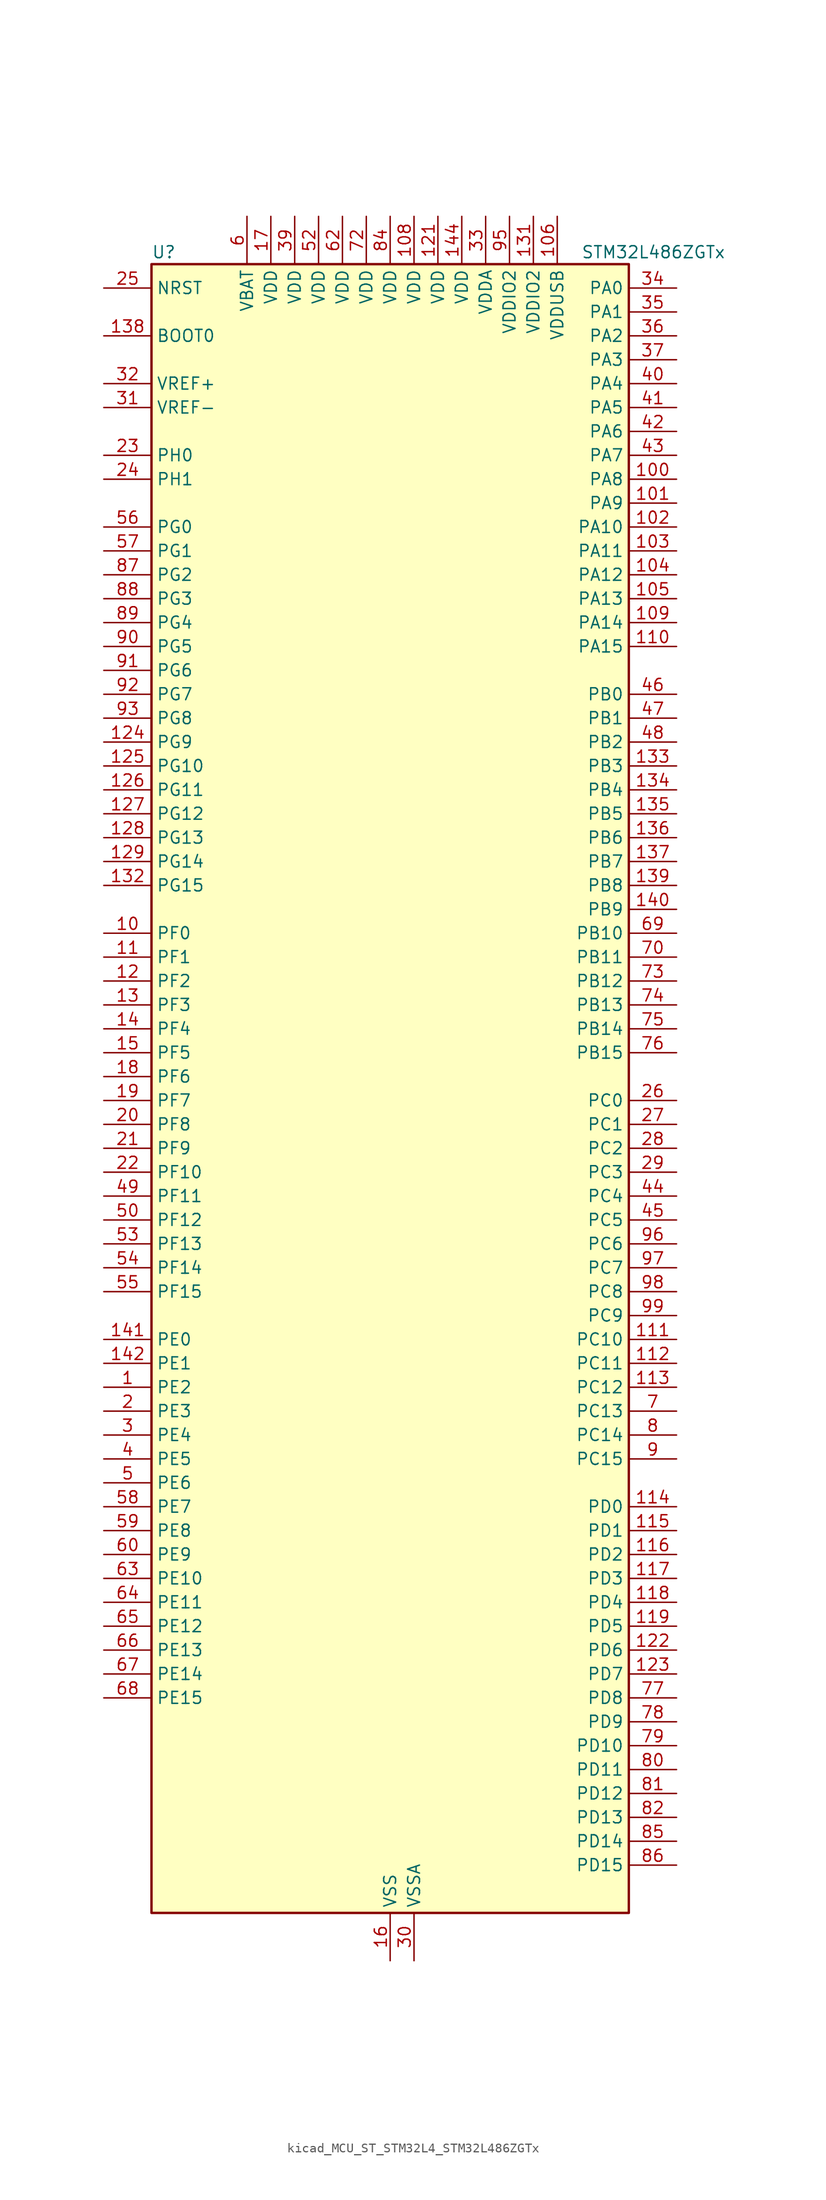
<source format=kicad_sym>
(kicad_symbol_lib
  (version 20220914)
  (generator kicad_symbol_editor)
  (symbol "kicad_MCU_ST_STM32L4_STM32L486ZGTx"
    (property "Reference" "U"
      (at -25.4 90.17 0)
      (effects (font (size 1.27 1.27)) (justify left)))
    (property "Value" "STM32L486ZGTx"
      (at 20.32 90.17 0)
      (effects (font (size 1.27 1.27)) (justify left)))
    (property "ki_locked" ""
      (at 0 0 0)
      (effects (font (size 1.27 1.27))))
    (symbol "kicad_MCU_ST_STM32L4_STM32L486ZGTx_0_1"
      (rectangle (start -25.4 -86.36) (end 25.4 88.9) (stroke (width 0.254) (type default)) (fill (type background))))
    (symbol "kicad_MCU_ST_STM32L4_STM32L486ZGTx_1_1"
      (pin bidirectional line (at -30.48 -30.48 0) (length 5.08) (name "PE2" (effects (font (size 1.27 1.27)))) (number "1" (effects (font (size 1.27 1.27)))) (alternate "FMC_A23" bidirectional line) (alternate "LCD_SEG38" bidirectional line) (alternate "SAI1_MCLK_A" bidirectional line) (alternate "SYS_TRACECLK" bidirectional line) (alternate "TIM3_ETR" bidirectional line) (alternate "TSC_G7_IO1" bidirectional line))
      (pin bidirectional line (at -30.48 17.78 0) (length 5.08) (name "PF0" (effects (font (size 1.27 1.27)))) (number "10" (effects (font (size 1.27 1.27)))) (alternate "FMC_A0" bidirectional line) (alternate "I2C2_SDA" bidirectional line))
      (pin bidirectional line (at 30.48 66.04 180) (length 5.08) (name "PA8" (effects (font (size 1.27 1.27)))) (number "100" (effects (font (size 1.27 1.27)))) (alternate "LCD_COM0" bidirectional line) (alternate "LPTIM2_OUT" bidirectional line) (alternate "RCC_MCO" bidirectional line) (alternate "TIM1_CH1" bidirectional line) (alternate "USART1_CK" bidirectional line) (alternate "USB_OTG_FS_SOF" bidirectional line))
      (pin bidirectional line (at 30.48 63.5 180) (length 5.08) (name "PA9" (effects (font (size 1.27 1.27)))) (number "101" (effects (font (size 1.27 1.27)))) (alternate "DAC1_EXTI9" bidirectional line) (alternate "LCD_COM1" bidirectional line) (alternate "TIM15_BKIN" bidirectional line) (alternate "TIM1_CH2" bidirectional line) (alternate "USART1_TX" bidirectional line) (alternate "USB_OTG_FS_VBUS" bidirectional line))
      (pin bidirectional line (at 30.48 60.96 180) (length 5.08) (name "PA10" (effects (font (size 1.27 1.27)))) (number "102" (effects (font (size 1.27 1.27)))) (alternate "LCD_COM2" bidirectional line) (alternate "TIM17_BKIN" bidirectional line) (alternate "TIM1_CH3" bidirectional line) (alternate "USART1_RX" bidirectional line) (alternate "USB_OTG_FS_ID" bidirectional line))
      (pin bidirectional line (at 30.48 58.42 180) (length 5.08) (name "PA11" (effects (font (size 1.27 1.27)))) (number "103" (effects (font (size 1.27 1.27)))) (alternate "ADC1_EXTI11" bidirectional line) (alternate "ADC2_EXTI11" bidirectional line) (alternate "ADC3_EXTI11" bidirectional line) (alternate "CAN1_RX" bidirectional line) (alternate "TIM1_BKIN2" bidirectional line) (alternate "TIM1_BKIN2_COMP1" bidirectional line) (alternate "TIM1_CH4" bidirectional line) (alternate "USART1_CTS" bidirectional line) (alternate "USB_OTG_FS_DM" bidirectional line))
      (pin bidirectional line (at 30.48 55.88 180) (length 5.08) (name "PA12" (effects (font (size 1.27 1.27)))) (number "104" (effects (font (size 1.27 1.27)))) (alternate "CAN1_TX" bidirectional line) (alternate "TIM1_ETR" bidirectional line) (alternate "USART1_DE" bidirectional line) (alternate "USART1_RTS" bidirectional line) (alternate "USB_OTG_FS_DP" bidirectional line))
      (pin bidirectional line (at 30.48 53.34 180) (length 5.08) (name "PA13" (effects (font (size 1.27 1.27)))) (number "105" (effects (font (size 1.27 1.27)))) (alternate "IR_OUT" bidirectional line) (alternate "SYS_JTMS-SWDIO" bidirectional line) (alternate "USB_OTG_FS_NOE" bidirectional line))
      (pin power_in line (at 17.78 93.98 270) (length 5.08) (name "VDDUSB" (effects (font (size 1.27 1.27)))) (number "106" (effects (font (size 1.27 1.27)))))
      (pin passive line (at 0 -91.44 90) (length 5.08) hide (name "VSS" (effects (font (size 1.27 1.27)))) (number "107" (effects (font (size 1.27 1.27)))))
      (pin power_in line (at 2.54 93.98 270) (length 5.08) (name "VDD" (effects (font (size 1.27 1.27)))) (number "108" (effects (font (size 1.27 1.27)))))
      (pin bidirectional line (at 30.48 50.8 180) (length 5.08) (name "PA14" (effects (font (size 1.27 1.27)))) (number "109" (effects (font (size 1.27 1.27)))) (alternate "SYS_JTCK-SWCLK" bidirectional line))
      (pin bidirectional line (at -30.48 15.24 0) (length 5.08) (name "PF1" (effects (font (size 1.27 1.27)))) (number "11" (effects (font (size 1.27 1.27)))) (alternate "FMC_A1" bidirectional line) (alternate "I2C2_SCL" bidirectional line))
      (pin bidirectional line (at 30.48 48.26 180) (length 5.08) (name "PA15" (effects (font (size 1.27 1.27)))) (number "110" (effects (font (size 1.27 1.27)))) (alternate "ADC1_EXTI15" bidirectional line) (alternate "ADC2_EXTI15" bidirectional line) (alternate "ADC3_EXTI15" bidirectional line) (alternate "LCD_SEG17" bidirectional line) (alternate "SAI2_FS_B" bidirectional line) (alternate "SPI1_NSS" bidirectional line) (alternate "SPI3_NSS" bidirectional line) (alternate "SYS_JTDI" bidirectional line) (alternate "TIM2_CH1" bidirectional line) (alternate "TIM2_ETR" bidirectional line) (alternate "TSC_G3_IO1" bidirectional line) (alternate "UART4_DE" bidirectional line) (alternate "UART4_RTS" bidirectional line))
      (pin bidirectional line (at 30.48 -25.4 180) (length 5.08) (name "PC10" (effects (font (size 1.27 1.27)))) (number "111" (effects (font (size 1.27 1.27)))) (alternate "LCD_COM4" bidirectional line) (alternate "LCD_SEG28" bidirectional line) (alternate "LCD_SEG40" bidirectional line) (alternate "SAI2_SCK_B" bidirectional line) (alternate "SDMMC1_D2" bidirectional line) (alternate "SPI3_SCK" bidirectional line) (alternate "TSC_G3_IO2" bidirectional line) (alternate "UART4_TX" bidirectional line) (alternate "USART3_TX" bidirectional line))
      (pin bidirectional line (at 30.48 -27.94 180) (length 5.08) (name "PC11" (effects (font (size 1.27 1.27)))) (number "112" (effects (font (size 1.27 1.27)))) (alternate "ADC1_EXTI11" bidirectional line) (alternate "ADC2_EXTI11" bidirectional line) (alternate "ADC3_EXTI11" bidirectional line) (alternate "LCD_COM5" bidirectional line) (alternate "LCD_SEG29" bidirectional line) (alternate "LCD_SEG41" bidirectional line) (alternate "SAI2_MCLK_B" bidirectional line) (alternate "SDMMC1_D3" bidirectional line) (alternate "SPI3_MISO" bidirectional line) (alternate "TSC_G3_IO3" bidirectional line) (alternate "UART4_RX" bidirectional line) (alternate "USART3_RX" bidirectional line))
      (pin bidirectional line (at 30.48 -30.48 180) (length 5.08) (name "PC12" (effects (font (size 1.27 1.27)))) (number "113" (effects (font (size 1.27 1.27)))) (alternate "LCD_COM6" bidirectional line) (alternate "LCD_SEG30" bidirectional line) (alternate "LCD_SEG42" bidirectional line) (alternate "SAI2_SD_B" bidirectional line) (alternate "SDMMC1_CK" bidirectional line) (alternate "SPI3_MOSI" bidirectional line) (alternate "TSC_G3_IO4" bidirectional line) (alternate "UART5_TX" bidirectional line) (alternate "USART3_CK" bidirectional line))
      (pin bidirectional line (at 30.48 -43.18 180) (length 5.08) (name "PD0" (effects (font (size 1.27 1.27)))) (number "114" (effects (font (size 1.27 1.27)))) (alternate "CAN1_RX" bidirectional line) (alternate "DFSDM1_DATIN7" bidirectional line) (alternate "FMC_D2" bidirectional line) (alternate "FMC_DA2" bidirectional line) (alternate "SPI2_NSS" bidirectional line))
      (pin bidirectional line (at 30.48 -45.72 180) (length 5.08) (name "PD1" (effects (font (size 1.27 1.27)))) (number "115" (effects (font (size 1.27 1.27)))) (alternate "CAN1_TX" bidirectional line) (alternate "DFSDM1_CKIN7" bidirectional line) (alternate "FMC_D3" bidirectional line) (alternate "FMC_DA3" bidirectional line) (alternate "SPI2_SCK" bidirectional line))
      (pin bidirectional line (at 30.48 -48.26 180) (length 5.08) (name "PD2" (effects (font (size 1.27 1.27)))) (number "116" (effects (font (size 1.27 1.27)))) (alternate "LCD_COM7" bidirectional line) (alternate "LCD_SEG31" bidirectional line) (alternate "LCD_SEG43" bidirectional line) (alternate "SDMMC1_CMD" bidirectional line) (alternate "TIM3_ETR" bidirectional line) (alternate "TSC_SYNC" bidirectional line) (alternate "UART5_RX" bidirectional line) (alternate "USART3_DE" bidirectional line) (alternate "USART3_RTS" bidirectional line))
      (pin bidirectional line (at 30.48 -50.8 180) (length 5.08) (name "PD3" (effects (font (size 1.27 1.27)))) (number "117" (effects (font (size 1.27 1.27)))) (alternate "DFSDM1_DATIN0" bidirectional line) (alternate "FMC_CLK" bidirectional line) (alternate "SPI2_MISO" bidirectional line) (alternate "USART2_CTS" bidirectional line))
      (pin bidirectional line (at 30.48 -53.34 180) (length 5.08) (name "PD4" (effects (font (size 1.27 1.27)))) (number "118" (effects (font (size 1.27 1.27)))) (alternate "DFSDM1_CKIN0" bidirectional line) (alternate "FMC_NOE" bidirectional line) (alternate "SPI2_MOSI" bidirectional line) (alternate "USART2_DE" bidirectional line) (alternate "USART2_RTS" bidirectional line))
      (pin bidirectional line (at 30.48 -55.88 180) (length 5.08) (name "PD5" (effects (font (size 1.27 1.27)))) (number "119" (effects (font (size 1.27 1.27)))) (alternate "FMC_NWE" bidirectional line) (alternate "USART2_TX" bidirectional line))
      (pin bidirectional line (at -30.48 12.7 0) (length 5.08) (name "PF2" (effects (font (size 1.27 1.27)))) (number "12" (effects (font (size 1.27 1.27)))) (alternate "FMC_A2" bidirectional line) (alternate "I2C2_SMBA" bidirectional line))
      (pin passive line (at 0 -91.44 90) (length 5.08) hide (name "VSS" (effects (font (size 1.27 1.27)))) (number "120" (effects (font (size 1.27 1.27)))))
      (pin power_in line (at 5.08 93.98 270) (length 5.08) (name "VDD" (effects (font (size 1.27 1.27)))) (number "121" (effects (font (size 1.27 1.27)))))
      (pin bidirectional line (at 30.48 -58.42 180) (length 5.08) (name "PD6" (effects (font (size 1.27 1.27)))) (number "122" (effects (font (size 1.27 1.27)))) (alternate "DFSDM1_DATIN1" bidirectional line) (alternate "FMC_NWAIT" bidirectional line) (alternate "SAI1_SD_A" bidirectional line) (alternate "USART2_RX" bidirectional line))
      (pin bidirectional line (at 30.48 -60.96 180) (length 5.08) (name "PD7" (effects (font (size 1.27 1.27)))) (number "123" (effects (font (size 1.27 1.27)))) (alternate "DFSDM1_CKIN1" bidirectional line) (alternate "FMC_NE1" bidirectional line) (alternate "USART2_CK" bidirectional line))
      (pin bidirectional line (at -30.48 38.1 0) (length 5.08) (name "PG9" (effects (font (size 1.27 1.27)))) (number "124" (effects (font (size 1.27 1.27)))) (alternate "DAC1_EXTI9" bidirectional line) (alternate "FMC_NCE3" bidirectional line) (alternate "FMC_NE2" bidirectional line) (alternate "SAI2_SCK_A" bidirectional line) (alternate "SPI3_SCK" bidirectional line) (alternate "TIM15_CH1N" bidirectional line) (alternate "USART1_TX" bidirectional line))
      (pin bidirectional line (at -30.48 35.56 0) (length 5.08) (name "PG10" (effects (font (size 1.27 1.27)))) (number "125" (effects (font (size 1.27 1.27)))) (alternate "FMC_NE3" bidirectional line) (alternate "LPTIM1_IN1" bidirectional line) (alternate "SAI2_FS_A" bidirectional line) (alternate "SPI3_MISO" bidirectional line) (alternate "TIM15_CH1" bidirectional line) (alternate "USART1_RX" bidirectional line))
      (pin bidirectional line (at -30.48 33.02 0) (length 5.08) (name "PG11" (effects (font (size 1.27 1.27)))) (number "126" (effects (font (size 1.27 1.27)))) (alternate "ADC1_EXTI11" bidirectional line) (alternate "ADC2_EXTI11" bidirectional line) (alternate "ADC3_EXTI11" bidirectional line) (alternate "LPTIM1_IN2" bidirectional line) (alternate "SAI2_MCLK_A" bidirectional line) (alternate "SPI3_MOSI" bidirectional line) (alternate "TIM15_CH2" bidirectional line) (alternate "USART1_CTS" bidirectional line))
      (pin bidirectional line (at -30.48 30.48 0) (length 5.08) (name "PG12" (effects (font (size 1.27 1.27)))) (number "127" (effects (font (size 1.27 1.27)))) (alternate "FMC_NE4" bidirectional line) (alternate "LPTIM1_ETR" bidirectional line) (alternate "SAI2_SD_A" bidirectional line) (alternate "SPI3_NSS" bidirectional line) (alternate "USART1_DE" bidirectional line) (alternate "USART1_RTS" bidirectional line))
      (pin bidirectional line (at -30.48 27.94 0) (length 5.08) (name "PG13" (effects (font (size 1.27 1.27)))) (number "128" (effects (font (size 1.27 1.27)))) (alternate "FMC_A24" bidirectional line) (alternate "I2C1_SDA" bidirectional line) (alternate "USART1_CK" bidirectional line))
      (pin bidirectional line (at -30.48 25.4 0) (length 5.08) (name "PG14" (effects (font (size 1.27 1.27)))) (number "129" (effects (font (size 1.27 1.27)))) (alternate "FMC_A25" bidirectional line) (alternate "I2C1_SCL" bidirectional line))
      (pin bidirectional line (at -30.48 10.16 0) (length 5.08) (name "PF3" (effects (font (size 1.27 1.27)))) (number "13" (effects (font (size 1.27 1.27)))) (alternate "ADC3_IN6" bidirectional line) (alternate "FMC_A3" bidirectional line))
      (pin passive line (at 0 -91.44 90) (length 5.08) hide (name "VSS" (effects (font (size 1.27 1.27)))) (number "130" (effects (font (size 1.27 1.27)))))
      (pin power_in line (at 15.24 93.98 270) (length 5.08) (name "VDDIO2" (effects (font (size 1.27 1.27)))) (number "131" (effects (font (size 1.27 1.27)))))
      (pin bidirectional line (at -30.48 22.86 0) (length 5.08) (name "PG15" (effects (font (size 1.27 1.27)))) (number "132" (effects (font (size 1.27 1.27)))) (alternate "ADC1_EXTI15" bidirectional line) (alternate "ADC2_EXTI15" bidirectional line) (alternate "ADC3_EXTI15" bidirectional line) (alternate "I2C1_SMBA" bidirectional line) (alternate "LPTIM1_OUT" bidirectional line))
      (pin bidirectional line (at 30.48 35.56 180) (length 5.08) (name "PB3" (effects (font (size 1.27 1.27)))) (number "133" (effects (font (size 1.27 1.27)))) (alternate "COMP2_INM" bidirectional line) (alternate "LCD_SEG7" bidirectional line) (alternate "SAI1_SCK_B" bidirectional line) (alternate "SPI1_SCK" bidirectional line) (alternate "SPI3_SCK" bidirectional line) (alternate "SYS_JTDO-SWO" bidirectional line) (alternate "TIM2_CH2" bidirectional line) (alternate "USART1_DE" bidirectional line) (alternate "USART1_RTS" bidirectional line))
      (pin bidirectional line (at 30.48 33.02 180) (length 5.08) (name "PB4" (effects (font (size 1.27 1.27)))) (number "134" (effects (font (size 1.27 1.27)))) (alternate "COMP2_INP" bidirectional line) (alternate "LCD_SEG8" bidirectional line) (alternate "SAI1_MCLK_B" bidirectional line) (alternate "SPI1_MISO" bidirectional line) (alternate "SPI3_MISO" bidirectional line) (alternate "SYS_JTRST" bidirectional line) (alternate "TIM17_BKIN" bidirectional line) (alternate "TIM3_CH1" bidirectional line) (alternate "TSC_G2_IO1" bidirectional line) (alternate "UART5_DE" bidirectional line) (alternate "UART5_RTS" bidirectional line) (alternate "USART1_CTS" bidirectional line))
      (pin bidirectional line (at 30.48 30.48 180) (length 5.08) (name "PB5" (effects (font (size 1.27 1.27)))) (number "135" (effects (font (size 1.27 1.27)))) (alternate "COMP2_OUT" bidirectional line) (alternate "I2C1_SMBA" bidirectional line) (alternate "LCD_SEG9" bidirectional line) (alternate "LPTIM1_IN1" bidirectional line) (alternate "SAI1_SD_B" bidirectional line) (alternate "SPI1_MOSI" bidirectional line) (alternate "SPI3_MOSI" bidirectional line) (alternate "TIM16_BKIN" bidirectional line) (alternate "TIM3_CH2" bidirectional line) (alternate "TSC_G2_IO2" bidirectional line) (alternate "UART5_CTS" bidirectional line) (alternate "USART1_CK" bidirectional line))
      (pin bidirectional line (at 30.48 27.94 180) (length 5.08) (name "PB6" (effects (font (size 1.27 1.27)))) (number "136" (effects (font (size 1.27 1.27)))) (alternate "COMP2_INP" bidirectional line) (alternate "DFSDM1_DATIN5" bidirectional line) (alternate "I2C1_SCL" bidirectional line) (alternate "LPTIM1_ETR" bidirectional line) (alternate "SAI1_FS_B" bidirectional line) (alternate "TIM16_CH1N" bidirectional line) (alternate "TIM4_CH1" bidirectional line) (alternate "TIM8_BKIN2" bidirectional line) (alternate "TIM8_BKIN2_COMP2" bidirectional line) (alternate "TSC_G2_IO3" bidirectional line) (alternate "USART1_TX" bidirectional line))
      (pin bidirectional line (at 30.48 25.4 180) (length 5.08) (name "PB7" (effects (font (size 1.27 1.27)))) (number "137" (effects (font (size 1.27 1.27)))) (alternate "COMP2_INM" bidirectional line) (alternate "DFSDM1_CKIN5" bidirectional line) (alternate "FMC_NL" bidirectional line) (alternate "I2C1_SDA" bidirectional line) (alternate "LCD_SEG21" bidirectional line) (alternate "LPTIM1_IN2" bidirectional line) (alternate "SYS_PVD_IN" bidirectional line) (alternate "TIM17_CH1N" bidirectional line) (alternate "TIM4_CH2" bidirectional line) (alternate "TIM8_BKIN" bidirectional line) (alternate "TIM8_BKIN_COMP1" bidirectional line) (alternate "TSC_G2_IO4" bidirectional line) (alternate "UART4_CTS" bidirectional line) (alternate "USART1_RX" bidirectional line))
      (pin input line (at -30.48 81.28 0) (length 5.08) (name "BOOT0" (effects (font (size 1.27 1.27)))) (number "138" (effects (font (size 1.27 1.27)))))
      (pin bidirectional line (at 30.48 22.86 180) (length 5.08) (name "PB8" (effects (font (size 1.27 1.27)))) (number "139" (effects (font (size 1.27 1.27)))) (alternate "CAN1_RX" bidirectional line) (alternate "DFSDM1_DATIN6" bidirectional line) (alternate "I2C1_SCL" bidirectional line) (alternate "LCD_SEG16" bidirectional line) (alternate "SAI1_MCLK_A" bidirectional line) (alternate "SDMMC1_D4" bidirectional line) (alternate "TIM16_CH1" bidirectional line) (alternate "TIM4_CH3" bidirectional line))
      (pin bidirectional line (at -30.48 7.62 0) (length 5.08) (name "PF4" (effects (font (size 1.27 1.27)))) (number "14" (effects (font (size 1.27 1.27)))) (alternate "ADC3_IN7" bidirectional line) (alternate "FMC_A4" bidirectional line))
      (pin bidirectional line (at 30.48 20.32 180) (length 5.08) (name "PB9" (effects (font (size 1.27 1.27)))) (number "140" (effects (font (size 1.27 1.27)))) (alternate "CAN1_TX" bidirectional line) (alternate "DAC1_EXTI9" bidirectional line) (alternate "DFSDM1_CKIN6" bidirectional line) (alternate "I2C1_SDA" bidirectional line) (alternate "IR_OUT" bidirectional line) (alternate "LCD_COM3" bidirectional line) (alternate "SAI1_FS_A" bidirectional line) (alternate "SDMMC1_D5" bidirectional line) (alternate "SPI2_NSS" bidirectional line) (alternate "TIM17_CH1" bidirectional line) (alternate "TIM4_CH4" bidirectional line))
      (pin bidirectional line (at -30.48 -25.4 0) (length 5.08) (name "PE0" (effects (font (size 1.27 1.27)))) (number "141" (effects (font (size 1.27 1.27)))) (alternate "FMC_NBL0" bidirectional line) (alternate "LCD_SEG36" bidirectional line) (alternate "TIM16_CH1" bidirectional line) (alternate "TIM4_ETR" bidirectional line))
      (pin bidirectional line (at -30.48 -27.94 0) (length 5.08) (name "PE1" (effects (font (size 1.27 1.27)))) (number "142" (effects (font (size 1.27 1.27)))) (alternate "FMC_NBL1" bidirectional line) (alternate "LCD_SEG37" bidirectional line) (alternate "TIM17_CH1" bidirectional line))
      (pin passive line (at 0 -91.44 90) (length 5.08) hide (name "VSS" (effects (font (size 1.27 1.27)))) (number "143" (effects (font (size 1.27 1.27)))))
      (pin power_in line (at 7.62 93.98 270) (length 5.08) (name "VDD" (effects (font (size 1.27 1.27)))) (number "144" (effects (font (size 1.27 1.27)))))
      (pin bidirectional line (at -30.48 5.08 0) (length 5.08) (name "PF5" (effects (font (size 1.27 1.27)))) (number "15" (effects (font (size 1.27 1.27)))) (alternate "ADC3_IN8" bidirectional line) (alternate "FMC_A5" bidirectional line))
      (pin power_in line (at 0 -91.44 90) (length 5.08) (name "VSS" (effects (font (size 1.27 1.27)))) (number "16" (effects (font (size 1.27 1.27)))))
      (pin power_in line (at -12.7 93.98 270) (length 5.08) (name "VDD" (effects (font (size 1.27 1.27)))) (number "17" (effects (font (size 1.27 1.27)))))
      (pin bidirectional line (at -30.48 2.54 0) (length 5.08) (name "PF6" (effects (font (size 1.27 1.27)))) (number "18" (effects (font (size 1.27 1.27)))) (alternate "ADC3_IN9" bidirectional line) (alternate "SAI1_SD_B" bidirectional line) (alternate "TIM5_CH1" bidirectional line) (alternate "TIM5_ETR" bidirectional line))
      (pin bidirectional line (at -30.48 0 0) (length 5.08) (name "PF7" (effects (font (size 1.27 1.27)))) (number "19" (effects (font (size 1.27 1.27)))) (alternate "ADC3_IN10" bidirectional line) (alternate "SAI1_MCLK_B" bidirectional line) (alternate "TIM5_CH2" bidirectional line))
      (pin bidirectional line (at -30.48 -33.02 0) (length 5.08) (name "PE3" (effects (font (size 1.27 1.27)))) (number "2" (effects (font (size 1.27 1.27)))) (alternate "FMC_A19" bidirectional line) (alternate "LCD_SEG39" bidirectional line) (alternate "SAI1_SD_B" bidirectional line) (alternate "SYS_TRACED0" bidirectional line) (alternate "TIM3_CH1" bidirectional line) (alternate "TSC_G7_IO2" bidirectional line))
      (pin bidirectional line (at -30.48 -2.54 0) (length 5.08) (name "PF8" (effects (font (size 1.27 1.27)))) (number "20" (effects (font (size 1.27 1.27)))) (alternate "ADC3_IN11" bidirectional line) (alternate "SAI1_SCK_B" bidirectional line) (alternate "TIM5_CH3" bidirectional line))
      (pin bidirectional line (at -30.48 -5.08 0) (length 5.08) (name "PF9" (effects (font (size 1.27 1.27)))) (number "21" (effects (font (size 1.27 1.27)))) (alternate "ADC3_IN12" bidirectional line) (alternate "DAC1_EXTI9" bidirectional line) (alternate "SAI1_FS_B" bidirectional line) (alternate "TIM15_CH1" bidirectional line) (alternate "TIM5_CH4" bidirectional line))
      (pin bidirectional line (at -30.48 -7.62 0) (length 5.08) (name "PF10" (effects (font (size 1.27 1.27)))) (number "22" (effects (font (size 1.27 1.27)))) (alternate "ADC3_IN13" bidirectional line) (alternate "TIM15_CH2" bidirectional line))
      (pin bidirectional line (at -30.48 68.58 0) (length 5.08) (name "PH0" (effects (font (size 1.27 1.27)))) (number "23" (effects (font (size 1.27 1.27)))) (alternate "RCC_OSC_IN" bidirectional line))
      (pin bidirectional line (at -30.48 66.04 0) (length 5.08) (name "PH1" (effects (font (size 1.27 1.27)))) (number "24" (effects (font (size 1.27 1.27)))) (alternate "RCC_OSC_OUT" bidirectional line))
      (pin input line (at -30.48 86.36 0) (length 5.08) (name "NRST" (effects (font (size 1.27 1.27)))) (number "25" (effects (font (size 1.27 1.27)))))
      (pin bidirectional line (at 30.48 0 180) (length 5.08) (name "PC0" (effects (font (size 1.27 1.27)))) (number "26" (effects (font (size 1.27 1.27)))) (alternate "ADC1_IN1" bidirectional line) (alternate "ADC2_IN1" bidirectional line) (alternate "ADC3_IN1" bidirectional line) (alternate "DFSDM1_DATIN4" bidirectional line) (alternate "I2C3_SCL" bidirectional line) (alternate "LCD_SEG18" bidirectional line) (alternate "LPTIM1_IN1" bidirectional line) (alternate "LPTIM2_IN1" bidirectional line) (alternate "LPUART1_RX" bidirectional line))
      (pin bidirectional line (at 30.48 -2.54 180) (length 5.08) (name "PC1" (effects (font (size 1.27 1.27)))) (number "27" (effects (font (size 1.27 1.27)))) (alternate "ADC1_IN2" bidirectional line) (alternate "ADC2_IN2" bidirectional line) (alternate "ADC3_IN2" bidirectional line) (alternate "DFSDM1_CKIN4" bidirectional line) (alternate "I2C3_SDA" bidirectional line) (alternate "LCD_SEG19" bidirectional line) (alternate "LPTIM1_OUT" bidirectional line) (alternate "LPUART1_TX" bidirectional line))
      (pin bidirectional line (at 30.48 -5.08 180) (length 5.08) (name "PC2" (effects (font (size 1.27 1.27)))) (number "28" (effects (font (size 1.27 1.27)))) (alternate "ADC1_IN3" bidirectional line) (alternate "ADC2_IN3" bidirectional line) (alternate "ADC3_IN3" bidirectional line) (alternate "DFSDM1_CKOUT" bidirectional line) (alternate "LCD_SEG20" bidirectional line) (alternate "LPTIM1_IN2" bidirectional line) (alternate "SPI2_MISO" bidirectional line))
      (pin bidirectional line (at 30.48 -7.62 180) (length 5.08) (name "PC3" (effects (font (size 1.27 1.27)))) (number "29" (effects (font (size 1.27 1.27)))) (alternate "ADC1_IN4" bidirectional line) (alternate "ADC2_IN4" bidirectional line) (alternate "ADC3_IN4" bidirectional line) (alternate "LCD_VLCD" bidirectional line) (alternate "LPTIM1_ETR" bidirectional line) (alternate "LPTIM2_ETR" bidirectional line) (alternate "SAI1_SD_A" bidirectional line) (alternate "SPI2_MOSI" bidirectional line))
      (pin bidirectional line (at -30.48 -35.56 0) (length 5.08) (name "PE4" (effects (font (size 1.27 1.27)))) (number "3" (effects (font (size 1.27 1.27)))) (alternate "DFSDM1_DATIN3" bidirectional line) (alternate "FMC_A20" bidirectional line) (alternate "SAI1_FS_A" bidirectional line) (alternate "SYS_TRACED1" bidirectional line) (alternate "TIM3_CH2" bidirectional line) (alternate "TSC_G7_IO3" bidirectional line))
      (pin power_in line (at 2.54 -91.44 90) (length 5.08) (name "VSSA" (effects (font (size 1.27 1.27)))) (number "30" (effects (font (size 1.27 1.27)))))
      (pin input line (at -30.48 73.66 0) (length 5.08) (name "VREF-" (effects (font (size 1.27 1.27)))) (number "31" (effects (font (size 1.27 1.27)))))
      (pin input line (at -30.48 76.2 0) (length 5.08) (name "VREF+" (effects (font (size 1.27 1.27)))) (number "32" (effects (font (size 1.27 1.27)))) (alternate "VREFBUF_OUT" bidirectional line))
      (pin power_in line (at 10.16 93.98 270) (length 5.08) (name "VDDA" (effects (font (size 1.27 1.27)))) (number "33" (effects (font (size 1.27 1.27)))))
      (pin bidirectional line (at 30.48 86.36 180) (length 5.08) (name "PA0" (effects (font (size 1.27 1.27)))) (number "34" (effects (font (size 1.27 1.27)))) (alternate "ADC1_IN5" bidirectional line) (alternate "ADC2_IN5" bidirectional line) (alternate "OPAMP1_VINP" bidirectional line) (alternate "RTC_TAMP2" bidirectional line) (alternate "SAI1_EXTCLK" bidirectional line) (alternate "SYS_WKUP1" bidirectional line) (alternate "TIM2_CH1" bidirectional line) (alternate "TIM2_ETR" bidirectional line) (alternate "TIM5_CH1" bidirectional line) (alternate "TIM8_ETR" bidirectional line) (alternate "UART4_TX" bidirectional line) (alternate "USART2_CTS" bidirectional line))
      (pin bidirectional line (at 30.48 83.82 180) (length 5.08) (name "PA1" (effects (font (size 1.27 1.27)))) (number "35" (effects (font (size 1.27 1.27)))) (alternate "ADC1_IN6" bidirectional line) (alternate "ADC2_IN6" bidirectional line) (alternate "LCD_SEG0" bidirectional line) (alternate "OPAMP1_VINM" bidirectional line) (alternate "TIM15_CH1N" bidirectional line) (alternate "TIM2_CH2" bidirectional line) (alternate "TIM5_CH2" bidirectional line) (alternate "UART4_RX" bidirectional line) (alternate "USART2_DE" bidirectional line) (alternate "USART2_RTS" bidirectional line))
      (pin bidirectional line (at 30.48 81.28 180) (length 5.08) (name "PA2" (effects (font (size 1.27 1.27)))) (number "36" (effects (font (size 1.27 1.27)))) (alternate "ADC1_IN7" bidirectional line) (alternate "ADC2_IN7" bidirectional line) (alternate "LCD_SEG1" bidirectional line) (alternate "RCC_LSCO" bidirectional line) (alternate "SAI2_EXTCLK" bidirectional line) (alternate "SYS_WKUP4" bidirectional line) (alternate "TIM15_CH1" bidirectional line) (alternate "TIM2_CH3" bidirectional line) (alternate "TIM5_CH3" bidirectional line) (alternate "USART2_TX" bidirectional line))
      (pin bidirectional line (at 30.48 78.74 180) (length 5.08) (name "PA3" (effects (font (size 1.27 1.27)))) (number "37" (effects (font (size 1.27 1.27)))) (alternate "ADC1_IN8" bidirectional line) (alternate "ADC2_IN8" bidirectional line) (alternate "LCD_SEG2" bidirectional line) (alternate "OPAMP1_VOUT" bidirectional line) (alternate "TIM15_CH2" bidirectional line) (alternate "TIM2_CH4" bidirectional line) (alternate "TIM5_CH4" bidirectional line) (alternate "USART2_RX" bidirectional line))
      (pin passive line (at 0 -91.44 90) (length 5.08) hide (name "VSS" (effects (font (size 1.27 1.27)))) (number "38" (effects (font (size 1.27 1.27)))))
      (pin power_in line (at -10.16 93.98 270) (length 5.08) (name "VDD" (effects (font (size 1.27 1.27)))) (number "39" (effects (font (size 1.27 1.27)))))
      (pin bidirectional line (at -30.48 -38.1 0) (length 5.08) (name "PE5" (effects (font (size 1.27 1.27)))) (number "4" (effects (font (size 1.27 1.27)))) (alternate "DFSDM1_CKIN3" bidirectional line) (alternate "FMC_A21" bidirectional line) (alternate "SAI1_SCK_A" bidirectional line) (alternate "SYS_TRACED2" bidirectional line) (alternate "TIM3_CH3" bidirectional line) (alternate "TSC_G7_IO4" bidirectional line))
      (pin bidirectional line (at 30.48 76.2 180) (length 5.08) (name "PA4" (effects (font (size 1.27 1.27)))) (number "40" (effects (font (size 1.27 1.27)))) (alternate "ADC1_IN9" bidirectional line) (alternate "ADC2_IN9" bidirectional line) (alternate "DAC1_OUT1" bidirectional line) (alternate "LPTIM2_OUT" bidirectional line) (alternate "SAI1_FS_B" bidirectional line) (alternate "SPI1_NSS" bidirectional line) (alternate "SPI3_NSS" bidirectional line) (alternate "USART2_CK" bidirectional line))
      (pin bidirectional line (at 30.48 73.66 180) (length 5.08) (name "PA5" (effects (font (size 1.27 1.27)))) (number "41" (effects (font (size 1.27 1.27)))) (alternate "ADC1_IN10" bidirectional line) (alternate "ADC2_IN10" bidirectional line) (alternate "DAC1_OUT2" bidirectional line) (alternate "LPTIM2_ETR" bidirectional line) (alternate "SPI1_SCK" bidirectional line) (alternate "TIM2_CH1" bidirectional line) (alternate "TIM2_ETR" bidirectional line) (alternate "TIM8_CH1N" bidirectional line))
      (pin bidirectional line (at 30.48 71.12 180) (length 5.08) (name "PA6" (effects (font (size 1.27 1.27)))) (number "42" (effects (font (size 1.27 1.27)))) (alternate "ADC1_IN11" bidirectional line) (alternate "ADC2_IN11" bidirectional line) (alternate "LCD_SEG3" bidirectional line) (alternate "OPAMP2_VINP" bidirectional line) (alternate "QUADSPI_BK1_IO3" bidirectional line) (alternate "SPI1_MISO" bidirectional line) (alternate "TIM16_CH1" bidirectional line) (alternate "TIM1_BKIN" bidirectional line) (alternate "TIM1_BKIN_COMP2" bidirectional line) (alternate "TIM3_CH1" bidirectional line) (alternate "TIM8_BKIN" bidirectional line) (alternate "TIM8_BKIN_COMP2" bidirectional line) (alternate "USART3_CTS" bidirectional line))
      (pin bidirectional line (at 30.48 68.58 180) (length 5.08) (name "PA7" (effects (font (size 1.27 1.27)))) (number "43" (effects (font (size 1.27 1.27)))) (alternate "ADC1_IN12" bidirectional line) (alternate "ADC2_IN12" bidirectional line) (alternate "LCD_SEG4" bidirectional line) (alternate "OPAMP2_VINM" bidirectional line) (alternate "QUADSPI_BK1_IO2" bidirectional line) (alternate "SPI1_MOSI" bidirectional line) (alternate "TIM17_CH1" bidirectional line) (alternate "TIM1_CH1N" bidirectional line) (alternate "TIM3_CH2" bidirectional line) (alternate "TIM8_CH1N" bidirectional line))
      (pin bidirectional line (at 30.48 -10.16 180) (length 5.08) (name "PC4" (effects (font (size 1.27 1.27)))) (number "44" (effects (font (size 1.27 1.27)))) (alternate "ADC1_IN13" bidirectional line) (alternate "ADC2_IN13" bidirectional line) (alternate "COMP1_INM" bidirectional line) (alternate "LCD_SEG22" bidirectional line) (alternate "USART3_TX" bidirectional line))
      (pin bidirectional line (at 30.48 -12.7 180) (length 5.08) (name "PC5" (effects (font (size 1.27 1.27)))) (number "45" (effects (font (size 1.27 1.27)))) (alternate "ADC1_IN14" bidirectional line) (alternate "ADC2_IN14" bidirectional line) (alternate "COMP1_INP" bidirectional line) (alternate "LCD_SEG23" bidirectional line) (alternate "SYS_WKUP5" bidirectional line) (alternate "USART3_RX" bidirectional line))
      (pin bidirectional line (at 30.48 43.18 180) (length 5.08) (name "PB0" (effects (font (size 1.27 1.27)))) (number "46" (effects (font (size 1.27 1.27)))) (alternate "ADC1_IN15" bidirectional line) (alternate "ADC2_IN15" bidirectional line) (alternate "COMP1_OUT" bidirectional line) (alternate "LCD_SEG5" bidirectional line) (alternate "OPAMP2_VOUT" bidirectional line) (alternate "QUADSPI_BK1_IO1" bidirectional line) (alternate "TIM1_CH2N" bidirectional line) (alternate "TIM3_CH3" bidirectional line) (alternate "TIM8_CH2N" bidirectional line) (alternate "USART3_CK" bidirectional line))
      (pin bidirectional line (at 30.48 40.64 180) (length 5.08) (name "PB1" (effects (font (size 1.27 1.27)))) (number "47" (effects (font (size 1.27 1.27)))) (alternate "ADC1_IN16" bidirectional line) (alternate "ADC2_IN16" bidirectional line) (alternate "COMP1_INM" bidirectional line) (alternate "DFSDM1_DATIN0" bidirectional line) (alternate "LCD_SEG6" bidirectional line) (alternate "LPTIM2_IN1" bidirectional line) (alternate "QUADSPI_BK1_IO0" bidirectional line) (alternate "TIM1_CH3N" bidirectional line) (alternate "TIM3_CH4" bidirectional line) (alternate "TIM8_CH3N" bidirectional line) (alternate "USART3_DE" bidirectional line) (alternate "USART3_RTS" bidirectional line))
      (pin bidirectional line (at 30.48 38.1 180) (length 5.08) (name "PB2" (effects (font (size 1.27 1.27)))) (number "48" (effects (font (size 1.27 1.27)))) (alternate "COMP1_INP" bidirectional line) (alternate "DFSDM1_CKIN0" bidirectional line) (alternate "I2C3_SMBA" bidirectional line) (alternate "LPTIM1_OUT" bidirectional line) (alternate "RTC_OUT_ALARM" bidirectional line) (alternate "RTC_OUT_CALIB" bidirectional line))
      (pin bidirectional line (at -30.48 -10.16 0) (length 5.08) (name "PF11" (effects (font (size 1.27 1.27)))) (number "49" (effects (font (size 1.27 1.27)))) (alternate "ADC1_EXTI11" bidirectional line) (alternate "ADC2_EXTI11" bidirectional line) (alternate "ADC3_EXTI11" bidirectional line))
      (pin bidirectional line (at -30.48 -40.64 0) (length 5.08) (name "PE6" (effects (font (size 1.27 1.27)))) (number "5" (effects (font (size 1.27 1.27)))) (alternate "FMC_A22" bidirectional line) (alternate "RTC_TAMP3" bidirectional line) (alternate "SAI1_SD_A" bidirectional line) (alternate "SYS_TRACED3" bidirectional line) (alternate "SYS_WKUP3" bidirectional line) (alternate "TIM3_CH4" bidirectional line))
      (pin bidirectional line (at -30.48 -12.7 0) (length 5.08) (name "PF12" (effects (font (size 1.27 1.27)))) (number "50" (effects (font (size 1.27 1.27)))) (alternate "FMC_A6" bidirectional line))
      (pin passive line (at 0 -91.44 90) (length 5.08) hide (name "VSS" (effects (font (size 1.27 1.27)))) (number "51" (effects (font (size 1.27 1.27)))))
      (pin power_in line (at -7.62 93.98 270) (length 5.08) (name "VDD" (effects (font (size 1.27 1.27)))) (number "52" (effects (font (size 1.27 1.27)))))
      (pin bidirectional line (at -30.48 -15.24 0) (length 5.08) (name "PF13" (effects (font (size 1.27 1.27)))) (number "53" (effects (font (size 1.27 1.27)))) (alternate "DFSDM1_DATIN6" bidirectional line) (alternate "FMC_A7" bidirectional line))
      (pin bidirectional line (at -30.48 -17.78 0) (length 5.08) (name "PF14" (effects (font (size 1.27 1.27)))) (number "54" (effects (font (size 1.27 1.27)))) (alternate "DFSDM1_CKIN6" bidirectional line) (alternate "FMC_A8" bidirectional line) (alternate "TSC_G8_IO1" bidirectional line))
      (pin bidirectional line (at -30.48 -20.32 0) (length 5.08) (name "PF15" (effects (font (size 1.27 1.27)))) (number "55" (effects (font (size 1.27 1.27)))) (alternate "ADC1_EXTI15" bidirectional line) (alternate "ADC2_EXTI15" bidirectional line) (alternate "ADC3_EXTI15" bidirectional line) (alternate "FMC_A9" bidirectional line) (alternate "TSC_G8_IO2" bidirectional line))
      (pin bidirectional line (at -30.48 60.96 0) (length 5.08) (name "PG0" (effects (font (size 1.27 1.27)))) (number "56" (effects (font (size 1.27 1.27)))) (alternate "FMC_A10" bidirectional line) (alternate "TSC_G8_IO3" bidirectional line))
      (pin bidirectional line (at -30.48 58.42 0) (length 5.08) (name "PG1" (effects (font (size 1.27 1.27)))) (number "57" (effects (font (size 1.27 1.27)))) (alternate "FMC_A11" bidirectional line) (alternate "TSC_G8_IO4" bidirectional line))
      (pin bidirectional line (at -30.48 -43.18 0) (length 5.08) (name "PE7" (effects (font (size 1.27 1.27)))) (number "58" (effects (font (size 1.27 1.27)))) (alternate "DFSDM1_DATIN2" bidirectional line) (alternate "FMC_D4" bidirectional line) (alternate "FMC_DA4" bidirectional line) (alternate "SAI1_SD_B" bidirectional line) (alternate "TIM1_ETR" bidirectional line))
      (pin bidirectional line (at -30.48 -45.72 0) (length 5.08) (name "PE8" (effects (font (size 1.27 1.27)))) (number "59" (effects (font (size 1.27 1.27)))) (alternate "DFSDM1_CKIN2" bidirectional line) (alternate "FMC_D5" bidirectional line) (alternate "FMC_DA5" bidirectional line) (alternate "SAI1_SCK_B" bidirectional line) (alternate "TIM1_CH1N" bidirectional line))
      (pin power_in line (at -15.24 93.98 270) (length 5.08) (name "VBAT" (effects (font (size 1.27 1.27)))) (number "6" (effects (font (size 1.27 1.27)))))
      (pin bidirectional line (at -30.48 -48.26 0) (length 5.08) (name "PE9" (effects (font (size 1.27 1.27)))) (number "60" (effects (font (size 1.27 1.27)))) (alternate "DAC1_EXTI9" bidirectional line) (alternate "DFSDM1_CKOUT" bidirectional line) (alternate "FMC_D6" bidirectional line) (alternate "FMC_DA6" bidirectional line) (alternate "SAI1_FS_B" bidirectional line) (alternate "TIM1_CH1" bidirectional line))
      (pin passive line (at 0 -91.44 90) (length 5.08) hide (name "VSS" (effects (font (size 1.27 1.27)))) (number "61" (effects (font (size 1.27 1.27)))))
      (pin power_in line (at -5.08 93.98 270) (length 5.08) (name "VDD" (effects (font (size 1.27 1.27)))) (number "62" (effects (font (size 1.27 1.27)))))
      (pin bidirectional line (at -30.48 -50.8 0) (length 5.08) (name "PE10" (effects (font (size 1.27 1.27)))) (number "63" (effects (font (size 1.27 1.27)))) (alternate "DFSDM1_DATIN4" bidirectional line) (alternate "FMC_D7" bidirectional line) (alternate "FMC_DA7" bidirectional line) (alternate "QUADSPI_CLK" bidirectional line) (alternate "SAI1_MCLK_B" bidirectional line) (alternate "TIM1_CH2N" bidirectional line) (alternate "TSC_G5_IO1" bidirectional line))
      (pin bidirectional line (at -30.48 -53.34 0) (length 5.08) (name "PE11" (effects (font (size 1.27 1.27)))) (number "64" (effects (font (size 1.27 1.27)))) (alternate "ADC1_EXTI11" bidirectional line) (alternate "ADC2_EXTI11" bidirectional line) (alternate "ADC3_EXTI11" bidirectional line) (alternate "DFSDM1_CKIN4" bidirectional line) (alternate "FMC_D8" bidirectional line) (alternate "FMC_DA8" bidirectional line) (alternate "QUADSPI_NCS" bidirectional line) (alternate "TIM1_CH2" bidirectional line) (alternate "TSC_G5_IO2" bidirectional line))
      (pin bidirectional line (at -30.48 -55.88 0) (length 5.08) (name "PE12" (effects (font (size 1.27 1.27)))) (number "65" (effects (font (size 1.27 1.27)))) (alternate "DFSDM1_DATIN5" bidirectional line) (alternate "FMC_D9" bidirectional line) (alternate "FMC_DA9" bidirectional line) (alternate "QUADSPI_BK1_IO0" bidirectional line) (alternate "SPI1_NSS" bidirectional line) (alternate "TIM1_CH3N" bidirectional line) (alternate "TSC_G5_IO3" bidirectional line))
      (pin bidirectional line (at -30.48 -58.42 0) (length 5.08) (name "PE13" (effects (font (size 1.27 1.27)))) (number "66" (effects (font (size 1.27 1.27)))) (alternate "DFSDM1_CKIN5" bidirectional line) (alternate "FMC_D10" bidirectional line) (alternate "FMC_DA10" bidirectional line) (alternate "QUADSPI_BK1_IO1" bidirectional line) (alternate "SPI1_SCK" bidirectional line) (alternate "TIM1_CH3" bidirectional line) (alternate "TSC_G5_IO4" bidirectional line))
      (pin bidirectional line (at -30.48 -60.96 0) (length 5.08) (name "PE14" (effects (font (size 1.27 1.27)))) (number "67" (effects (font (size 1.27 1.27)))) (alternate "FMC_D11" bidirectional line) (alternate "FMC_DA11" bidirectional line) (alternate "QUADSPI_BK1_IO2" bidirectional line) (alternate "SPI1_MISO" bidirectional line) (alternate "TIM1_BKIN2" bidirectional line) (alternate "TIM1_BKIN2_COMP2" bidirectional line) (alternate "TIM1_CH4" bidirectional line))
      (pin bidirectional line (at -30.48 -63.5 0) (length 5.08) (name "PE15" (effects (font (size 1.27 1.27)))) (number "68" (effects (font (size 1.27 1.27)))) (alternate "ADC1_EXTI15" bidirectional line) (alternate "ADC2_EXTI15" bidirectional line) (alternate "ADC3_EXTI15" bidirectional line) (alternate "FMC_D12" bidirectional line) (alternate "FMC_DA12" bidirectional line) (alternate "QUADSPI_BK1_IO3" bidirectional line) (alternate "SPI1_MOSI" bidirectional line) (alternate "TIM1_BKIN" bidirectional line) (alternate "TIM1_BKIN_COMP1" bidirectional line))
      (pin bidirectional line (at 30.48 17.78 180) (length 5.08) (name "PB10" (effects (font (size 1.27 1.27)))) (number "69" (effects (font (size 1.27 1.27)))) (alternate "COMP1_OUT" bidirectional line) (alternate "DFSDM1_DATIN7" bidirectional line) (alternate "I2C2_SCL" bidirectional line) (alternate "LCD_SEG10" bidirectional line) (alternate "LPUART1_RX" bidirectional line) (alternate "QUADSPI_CLK" bidirectional line) (alternate "SAI1_SCK_A" bidirectional line) (alternate "SPI2_SCK" bidirectional line) (alternate "TIM2_CH3" bidirectional line) (alternate "USART3_TX" bidirectional line))
      (pin bidirectional line (at 30.48 -33.02 180) (length 5.08) (name "PC13" (effects (font (size 1.27 1.27)))) (number "7" (effects (font (size 1.27 1.27)))) (alternate "RTC_OUT_ALARM" bidirectional line) (alternate "RTC_OUT_CALIB" bidirectional line) (alternate "RTC_TAMP1" bidirectional line) (alternate "RTC_TS" bidirectional line) (alternate "SYS_WKUP2" bidirectional line))
      (pin bidirectional line (at 30.48 15.24 180) (length 5.08) (name "PB11" (effects (font (size 1.27 1.27)))) (number "70" (effects (font (size 1.27 1.27)))) (alternate "ADC1_EXTI11" bidirectional line) (alternate "ADC2_EXTI11" bidirectional line) (alternate "ADC3_EXTI11" bidirectional line) (alternate "COMP2_OUT" bidirectional line) (alternate "DFSDM1_CKIN7" bidirectional line) (alternate "I2C2_SDA" bidirectional line) (alternate "LCD_SEG11" bidirectional line) (alternate "LPUART1_TX" bidirectional line) (alternate "QUADSPI_NCS" bidirectional line) (alternate "TIM2_CH4" bidirectional line) (alternate "USART3_RX" bidirectional line))
      (pin passive line (at 0 -91.44 90) (length 5.08) hide (name "VSS" (effects (font (size 1.27 1.27)))) (number "71" (effects (font (size 1.27 1.27)))))
      (pin power_in line (at -2.54 93.98 270) (length 5.08) (name "VDD" (effects (font (size 1.27 1.27)))) (number "72" (effects (font (size 1.27 1.27)))))
      (pin bidirectional line (at 30.48 12.7 180) (length 5.08) (name "PB12" (effects (font (size 1.27 1.27)))) (number "73" (effects (font (size 1.27 1.27)))) (alternate "DFSDM1_DATIN1" bidirectional line) (alternate "I2C2_SMBA" bidirectional line) (alternate "LCD_SEG12" bidirectional line) (alternate "LPUART1_DE" bidirectional line) (alternate "LPUART1_RTS" bidirectional line) (alternate "SAI2_FS_A" bidirectional line) (alternate "SPI2_NSS" bidirectional line) (alternate "SWPMI1_IO" bidirectional line) (alternate "TIM15_BKIN" bidirectional line) (alternate "TIM1_BKIN" bidirectional line) (alternate "TIM1_BKIN_COMP2" bidirectional line) (alternate "TSC_G1_IO1" bidirectional line) (alternate "USART3_CK" bidirectional line))
      (pin bidirectional line (at 30.48 10.16 180) (length 5.08) (name "PB13" (effects (font (size 1.27 1.27)))) (number "74" (effects (font (size 1.27 1.27)))) (alternate "DFSDM1_CKIN1" bidirectional line) (alternate "I2C2_SCL" bidirectional line) (alternate "LCD_SEG13" bidirectional line) (alternate "LPUART1_CTS" bidirectional line) (alternate "SAI2_SCK_A" bidirectional line) (alternate "SPI2_SCK" bidirectional line) (alternate "SWPMI1_TX" bidirectional line) (alternate "TIM15_CH1N" bidirectional line) (alternate "TIM1_CH1N" bidirectional line) (alternate "TSC_G1_IO2" bidirectional line) (alternate "USART3_CTS" bidirectional line))
      (pin bidirectional line (at 30.48 7.62 180) (length 5.08) (name "PB14" (effects (font (size 1.27 1.27)))) (number "75" (effects (font (size 1.27 1.27)))) (alternate "DFSDM1_DATIN2" bidirectional line) (alternate "I2C2_SDA" bidirectional line) (alternate "LCD_SEG14" bidirectional line) (alternate "SAI2_MCLK_A" bidirectional line) (alternate "SPI2_MISO" bidirectional line) (alternate "SWPMI1_RX" bidirectional line) (alternate "TIM15_CH1" bidirectional line) (alternate "TIM1_CH2N" bidirectional line) (alternate "TIM8_CH2N" bidirectional line) (alternate "TSC_G1_IO3" bidirectional line) (alternate "USART3_DE" bidirectional line) (alternate "USART3_RTS" bidirectional line))
      (pin bidirectional line (at 30.48 5.08 180) (length 5.08) (name "PB15" (effects (font (size 1.27 1.27)))) (number "76" (effects (font (size 1.27 1.27)))) (alternate "ADC1_EXTI15" bidirectional line) (alternate "ADC2_EXTI15" bidirectional line) (alternate "ADC3_EXTI15" bidirectional line) (alternate "DFSDM1_CKIN2" bidirectional line) (alternate "LCD_SEG15" bidirectional line) (alternate "RTC_REFIN" bidirectional line) (alternate "SAI2_SD_A" bidirectional line) (alternate "SPI2_MOSI" bidirectional line) (alternate "SWPMI1_SUSPEND" bidirectional line) (alternate "TIM15_CH2" bidirectional line) (alternate "TIM1_CH3N" bidirectional line) (alternate "TIM8_CH3N" bidirectional line) (alternate "TSC_G1_IO4" bidirectional line))
      (pin bidirectional line (at 30.48 -63.5 180) (length 5.08) (name "PD8" (effects (font (size 1.27 1.27)))) (number "77" (effects (font (size 1.27 1.27)))) (alternate "FMC_D13" bidirectional line) (alternate "FMC_DA13" bidirectional line) (alternate "LCD_SEG28" bidirectional line) (alternate "USART3_TX" bidirectional line))
      (pin bidirectional line (at 30.48 -66.04 180) (length 5.08) (name "PD9" (effects (font (size 1.27 1.27)))) (number "78" (effects (font (size 1.27 1.27)))) (alternate "DAC1_EXTI9" bidirectional line) (alternate "FMC_D14" bidirectional line) (alternate "FMC_DA14" bidirectional line) (alternate "LCD_SEG29" bidirectional line) (alternate "SAI2_MCLK_A" bidirectional line) (alternate "USART3_RX" bidirectional line))
      (pin bidirectional line (at 30.48 -68.58 180) (length 5.08) (name "PD10" (effects (font (size 1.27 1.27)))) (number "79" (effects (font (size 1.27 1.27)))) (alternate "FMC_D15" bidirectional line) (alternate "FMC_DA15" bidirectional line) (alternate "LCD_SEG30" bidirectional line) (alternate "SAI2_SCK_A" bidirectional line) (alternate "TSC_G6_IO1" bidirectional line) (alternate "USART3_CK" bidirectional line))
      (pin bidirectional line (at 30.48 -35.56 180) (length 5.08) (name "PC14" (effects (font (size 1.27 1.27)))) (number "8" (effects (font (size 1.27 1.27)))) (alternate "RCC_OSC32_IN" bidirectional line))
      (pin bidirectional line (at 30.48 -71.12 180) (length 5.08) (name "PD11" (effects (font (size 1.27 1.27)))) (number "80" (effects (font (size 1.27 1.27)))) (alternate "ADC1_EXTI11" bidirectional line) (alternate "ADC2_EXTI11" bidirectional line) (alternate "ADC3_EXTI11" bidirectional line) (alternate "FMC_A16" bidirectional line) (alternate "FMC_CLE" bidirectional line) (alternate "LCD_SEG31" bidirectional line) (alternate "LPTIM2_ETR" bidirectional line) (alternate "SAI2_SD_A" bidirectional line) (alternate "TSC_G6_IO2" bidirectional line) (alternate "USART3_CTS" bidirectional line))
      (pin bidirectional line (at 30.48 -73.66 180) (length 5.08) (name "PD12" (effects (font (size 1.27 1.27)))) (number "81" (effects (font (size 1.27 1.27)))) (alternate "FMC_A17" bidirectional line) (alternate "FMC_ALE" bidirectional line) (alternate "LCD_SEG32" bidirectional line) (alternate "LPTIM2_IN1" bidirectional line) (alternate "SAI2_FS_A" bidirectional line) (alternate "TIM4_CH1" bidirectional line) (alternate "TSC_G6_IO3" bidirectional line) (alternate "USART3_DE" bidirectional line) (alternate "USART3_RTS" bidirectional line))
      (pin bidirectional line (at 30.48 -76.2 180) (length 5.08) (name "PD13" (effects (font (size 1.27 1.27)))) (number "82" (effects (font (size 1.27 1.27)))) (alternate "FMC_A18" bidirectional line) (alternate "LCD_SEG33" bidirectional line) (alternate "LPTIM2_OUT" bidirectional line) (alternate "TIM4_CH2" bidirectional line) (alternate "TSC_G6_IO4" bidirectional line))
      (pin passive line (at 0 -91.44 90) (length 5.08) hide (name "VSS" (effects (font (size 1.27 1.27)))) (number "83" (effects (font (size 1.27 1.27)))))
      (pin power_in line (at 0 93.98 270) (length 5.08) (name "VDD" (effects (font (size 1.27 1.27)))) (number "84" (effects (font (size 1.27 1.27)))))
      (pin bidirectional line (at 30.48 -78.74 180) (length 5.08) (name "PD14" (effects (font (size 1.27 1.27)))) (number "85" (effects (font (size 1.27 1.27)))) (alternate "FMC_D0" bidirectional line) (alternate "FMC_DA0" bidirectional line) (alternate "LCD_SEG34" bidirectional line) (alternate "TIM4_CH3" bidirectional line))
      (pin bidirectional line (at 30.48 -81.28 180) (length 5.08) (name "PD15" (effects (font (size 1.27 1.27)))) (number "86" (effects (font (size 1.27 1.27)))) (alternate "ADC1_EXTI15" bidirectional line) (alternate "ADC2_EXTI15" bidirectional line) (alternate "ADC3_EXTI15" bidirectional line) (alternate "FMC_D1" bidirectional line) (alternate "FMC_DA1" bidirectional line) (alternate "LCD_SEG35" bidirectional line) (alternate "TIM4_CH4" bidirectional line))
      (pin bidirectional line (at -30.48 55.88 0) (length 5.08) (name "PG2" (effects (font (size 1.27 1.27)))) (number "87" (effects (font (size 1.27 1.27)))) (alternate "FMC_A12" bidirectional line) (alternate "SAI2_SCK_B" bidirectional line) (alternate "SPI1_SCK" bidirectional line))
      (pin bidirectional line (at -30.48 53.34 0) (length 5.08) (name "PG3" (effects (font (size 1.27 1.27)))) (number "88" (effects (font (size 1.27 1.27)))) (alternate "FMC_A13" bidirectional line) (alternate "SAI2_FS_B" bidirectional line) (alternate "SPI1_MISO" bidirectional line))
      (pin bidirectional line (at -30.48 50.8 0) (length 5.08) (name "PG4" (effects (font (size 1.27 1.27)))) (number "89" (effects (font (size 1.27 1.27)))) (alternate "FMC_A14" bidirectional line) (alternate "SAI2_MCLK_B" bidirectional line) (alternate "SPI1_MOSI" bidirectional line))
      (pin bidirectional line (at 30.48 -38.1 180) (length 5.08) (name "PC15" (effects (font (size 1.27 1.27)))) (number "9" (effects (font (size 1.27 1.27)))) (alternate "ADC1_EXTI15" bidirectional line) (alternate "ADC2_EXTI15" bidirectional line) (alternate "ADC3_EXTI15" bidirectional line) (alternate "RCC_OSC32_OUT" bidirectional line))
      (pin bidirectional line (at -30.48 48.26 0) (length 5.08) (name "PG5" (effects (font (size 1.27 1.27)))) (number "90" (effects (font (size 1.27 1.27)))) (alternate "FMC_A15" bidirectional line) (alternate "LPUART1_CTS" bidirectional line) (alternate "SAI2_SD_B" bidirectional line) (alternate "SPI1_NSS" bidirectional line))
      (pin bidirectional line (at -30.48 45.72 0) (length 5.08) (name "PG6" (effects (font (size 1.27 1.27)))) (number "91" (effects (font (size 1.27 1.27)))) (alternate "I2C3_SMBA" bidirectional line) (alternate "LPUART1_DE" bidirectional line) (alternate "LPUART1_RTS" bidirectional line))
      (pin bidirectional line (at -30.48 43.18 0) (length 5.08) (name "PG7" (effects (font (size 1.27 1.27)))) (number "92" (effects (font (size 1.27 1.27)))) (alternate "FMC_INT3" bidirectional line) (alternate "I2C3_SCL" bidirectional line) (alternate "LPUART1_TX" bidirectional line))
      (pin bidirectional line (at -30.48 40.64 0) (length 5.08) (name "PG8" (effects (font (size 1.27 1.27)))) (number "93" (effects (font (size 1.27 1.27)))) (alternate "I2C3_SDA" bidirectional line) (alternate "LPUART1_RX" bidirectional line))
      (pin passive line (at 0 -91.44 90) (length 5.08) hide (name "VSS" (effects (font (size 1.27 1.27)))) (number "94" (effects (font (size 1.27 1.27)))))
      (pin power_in line (at 12.7 93.98 270) (length 5.08) (name "VDDIO2" (effects (font (size 1.27 1.27)))) (number "95" (effects (font (size 1.27 1.27)))))
      (pin bidirectional line (at 30.48 -15.24 180) (length 5.08) (name "PC6" (effects (font (size 1.27 1.27)))) (number "96" (effects (font (size 1.27 1.27)))) (alternate "DFSDM1_CKIN3" bidirectional line) (alternate "LCD_SEG24" bidirectional line) (alternate "SAI2_MCLK_A" bidirectional line) (alternate "SDMMC1_D6" bidirectional line) (alternate "TIM3_CH1" bidirectional line) (alternate "TIM8_CH1" bidirectional line) (alternate "TSC_G4_IO1" bidirectional line))
      (pin bidirectional line (at 30.48 -17.78 180) (length 5.08) (name "PC7" (effects (font (size 1.27 1.27)))) (number "97" (effects (font (size 1.27 1.27)))) (alternate "DFSDM1_DATIN3" bidirectional line) (alternate "LCD_SEG25" bidirectional line) (alternate "SAI2_MCLK_B" bidirectional line) (alternate "SDMMC1_D7" bidirectional line) (alternate "TIM3_CH2" bidirectional line) (alternate "TIM8_CH2" bidirectional line) (alternate "TSC_G4_IO2" bidirectional line))
      (pin bidirectional line (at 30.48 -20.32 180) (length 5.08) (name "PC8" (effects (font (size 1.27 1.27)))) (number "98" (effects (font (size 1.27 1.27)))) (alternate "LCD_SEG26" bidirectional line) (alternate "SDMMC1_D0" bidirectional line) (alternate "TIM3_CH3" bidirectional line) (alternate "TIM8_CH3" bidirectional line) (alternate "TSC_G4_IO3" bidirectional line))
      (pin bidirectional line (at 30.48 -22.86 180) (length 5.08) (name "PC9" (effects (font (size 1.27 1.27)))) (number "99" (effects (font (size 1.27 1.27)))) (alternate "DAC1_EXTI9" bidirectional line) (alternate "LCD_SEG27" bidirectional line) (alternate "SAI2_EXTCLK" bidirectional line) (alternate "SDMMC1_D1" bidirectional line) (alternate "TIM3_CH4" bidirectional line) (alternate "TIM8_BKIN2" bidirectional line) (alternate "TIM8_BKIN2_COMP1" bidirectional line) (alternate "TIM8_CH4" bidirectional line) (alternate "TSC_G4_IO4" bidirectional line) (alternate "USB_OTG_FS_NOE" bidirectional line)))))
</source>
